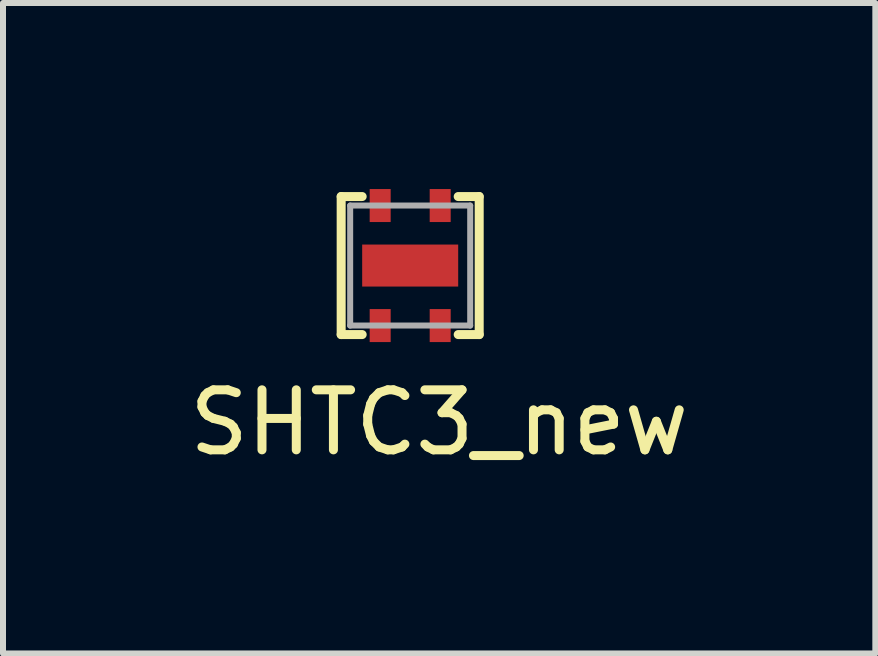
<source format=kicad_pcb>
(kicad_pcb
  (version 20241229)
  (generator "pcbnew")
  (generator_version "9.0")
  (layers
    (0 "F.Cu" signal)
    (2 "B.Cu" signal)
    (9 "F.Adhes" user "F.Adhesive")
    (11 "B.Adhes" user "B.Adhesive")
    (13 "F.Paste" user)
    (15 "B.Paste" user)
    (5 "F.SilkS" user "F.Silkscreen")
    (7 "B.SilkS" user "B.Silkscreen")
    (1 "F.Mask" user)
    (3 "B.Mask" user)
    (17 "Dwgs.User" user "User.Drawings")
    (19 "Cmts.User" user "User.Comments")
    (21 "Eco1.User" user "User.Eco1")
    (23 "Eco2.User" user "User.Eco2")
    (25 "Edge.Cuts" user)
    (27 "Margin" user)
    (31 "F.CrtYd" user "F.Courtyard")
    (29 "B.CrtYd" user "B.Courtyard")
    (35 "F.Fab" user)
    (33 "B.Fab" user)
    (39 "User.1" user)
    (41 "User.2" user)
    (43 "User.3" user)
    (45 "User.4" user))
  (footprint "SHTC3_new"
    (layer "F.Cu")
    (at 3.785 1.375)
    (property "Reference" "SHTC3_new" (at 0.483 2.616 0) (layer "F.SilkS") (effects (font (size 1 1) (thickness 0.15))))
    (attr through_hole)
    (fp_line (start -1.15 1.15) (end -1.15 -1.15) (stroke (width 0.15) (type solid)) (layer "F.SilkS"))
    (fp_line (start -1.15 1.15) (end -0.8 1.15) (stroke (width 0.15) (type solid)) (layer "F.SilkS"))
    (fp_line (start -0.8 -1.15) (end -1.15 -1.15) (stroke (width 0.15) (type solid)) (layer "F.SilkS"))
    (fp_line (start 0.8 1.15) (end 1.15 1.15) (stroke (width 0.15) (type solid)) (layer "F.SilkS"))
    (fp_line (start 1.15 -1.15) (end 0.8 -1.15) (stroke (width 0.15) (type solid)) (layer "F.SilkS"))
    (fp_line (start 1.15 1.15) (end 1.15 -1.15) (stroke (width 0.15) (type solid)) (layer "F.SilkS"))
    (fp_line (start -1 -1) (end 1 -1) (stroke (width 0.1) (type solid)) (layer "F.Fab"))
    (fp_line (start -1 1) (end -1 -1) (stroke (width 0.1) (type solid)) (layer "F.Fab"))
    (fp_line (start 1 -1) (end 1 1) (stroke (width 0.1) (type solid)) (layer "F.Fab"))
    (fp_line (start 1 1) (end -1 1) (stroke (width 0.1) (type solid)) (layer "F.Fab"))
    (pad "" smd rect (at -0.5 -1.1) (size 0.35 0.55) (layers "F.Paste"))
    (pad "" smd rect (at -0.5 1.1) (size 0.35 0.55) (layers "F.Paste"))
    (pad "" smd rect (at 0 0) (size 1.4 0.5) (layers "F.Paste"))
    (pad "" smd rect (at 0.5 -1.1) (size 0.35 0.55) (layers "F.Paste"))
    (pad "" smd rect (at 0.5 1.1) (size 0.35 0.55) (layers "F.Paste"))
    (pad "1" smd rect (at 0.5 -1) (size 0.35 0.55) (layers "F.Cu" "F.Mask"))
    (pad "2" smd rect (at -0.5 -1) (size 0.35 0.55) (layers "F.Cu" "F.Mask"))
    (pad "3" smd rect (at -0.5 1) (size 0.35 0.55) (layers "F.Cu" "F.Mask"))
    (pad "4" smd rect (at 0 0) (size 1.6 0.7) (layers "F.Cu" "F.Mask"))
    (pad "4" smd rect (at 0.5 1) (size 0.35 0.55) (layers "F.Cu" "F.Mask")))
  (gr_rect
    (start -3 -3)
    (end 11.536 7.839)
    (stroke (width 0.1) (type default))
    (fill no)
    (layer "Edge.Cuts")))
</source>
